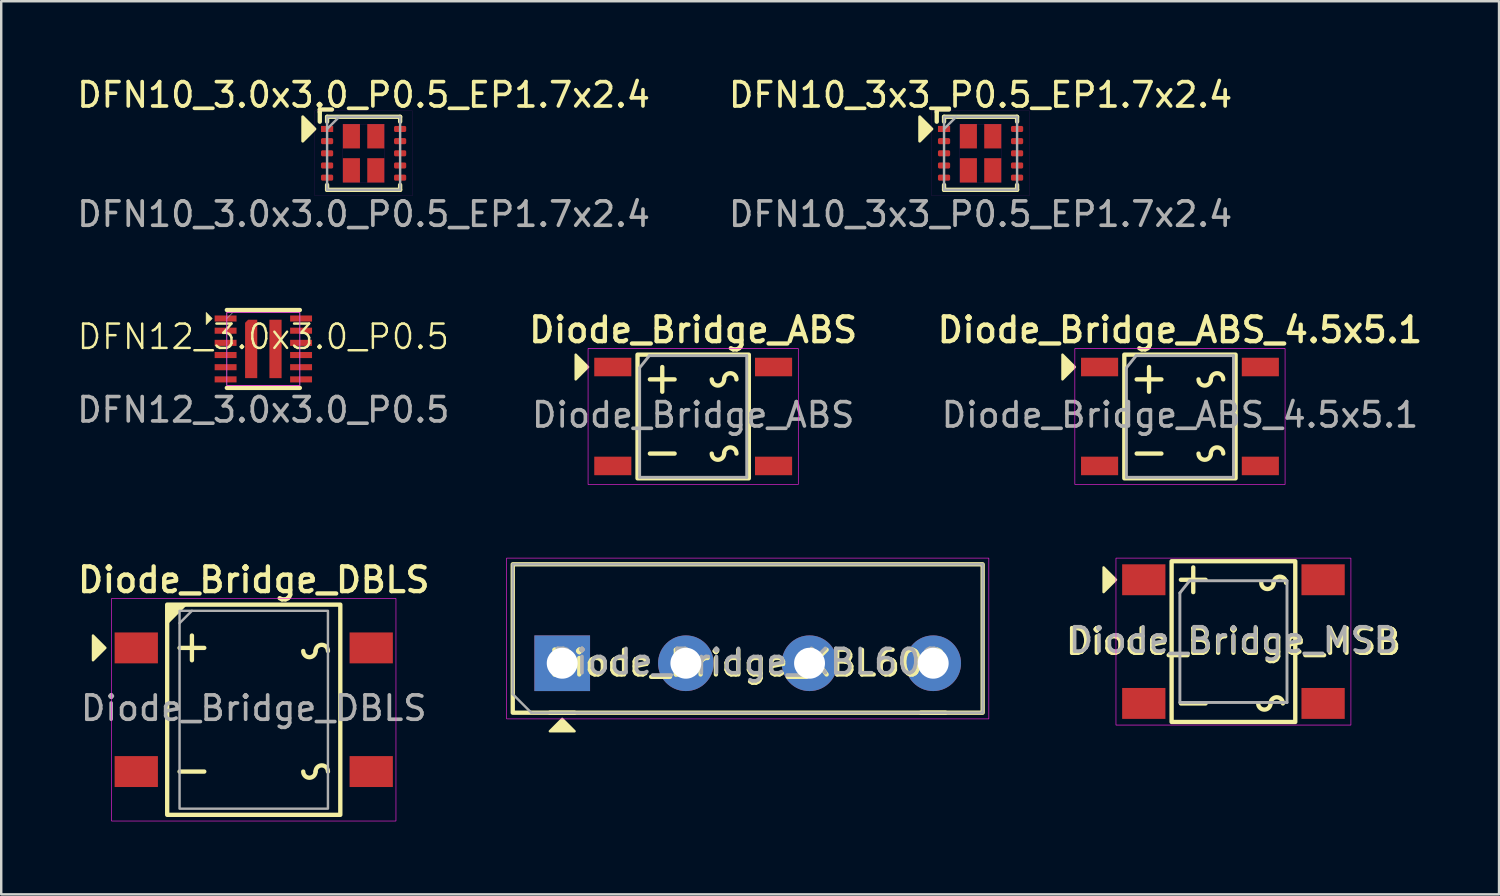
<source format=kicad_pcb>
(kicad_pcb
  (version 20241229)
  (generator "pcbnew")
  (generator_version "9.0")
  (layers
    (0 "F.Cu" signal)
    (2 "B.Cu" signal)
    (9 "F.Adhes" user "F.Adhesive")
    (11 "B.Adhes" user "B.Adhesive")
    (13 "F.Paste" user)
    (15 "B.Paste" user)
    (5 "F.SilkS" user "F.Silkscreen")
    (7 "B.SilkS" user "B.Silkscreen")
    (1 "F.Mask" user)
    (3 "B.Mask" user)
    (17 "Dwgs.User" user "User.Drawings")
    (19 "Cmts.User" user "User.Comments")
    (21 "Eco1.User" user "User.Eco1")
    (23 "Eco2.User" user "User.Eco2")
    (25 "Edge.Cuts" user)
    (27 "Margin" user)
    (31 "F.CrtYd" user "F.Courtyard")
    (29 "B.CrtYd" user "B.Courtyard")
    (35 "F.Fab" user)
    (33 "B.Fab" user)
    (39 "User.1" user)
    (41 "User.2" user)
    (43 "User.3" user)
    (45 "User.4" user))
  (footprint "DFN10_3.0x3.0_P0.5_EP1.7x2.4"
    (layer "F.Cu")
    (at 11.887 3.248)
    (property "Reference" "DFN10_3.0x3.0_P0.5_EP1.7x2.4" (at 0 -2.4 0) (unlocked yes) (layer "F.SilkS") (effects (font (size 1 1) (thickness 0.15))))
    (attr smd)
    (fp_line (start -1.8 -1.8) (end -1.3 -1.8) (stroke (width 0.178) (type solid)) (layer "F.SilkS"))
    (fp_line (start -1.8 -1.7) (end -1.8 -1.8) (stroke (width 0.178) (type solid)) (layer "F.SilkS"))
    (fp_line (start -1.8 -1.3) (end -1.8 -1.7) (stroke (width 0.178) (type solid)) (layer "F.SilkS"))
    (fp_line (start -1.5 -1.5) (end 1.5 -1.5) (stroke (width 0.178) (type solid)) (layer "F.SilkS"))
    (fp_line (start -1.5 -1.3) (end -1.5 -1.5) (stroke (width 0.178) (type solid)) (layer "F.SilkS"))
    (fp_line (start -1.5 1.3) (end -1.5 1.5) (stroke (width 0.178) (type solid)) (layer "F.SilkS"))
    (fp_line (start -1.5 1.5) (end 1.5 1.5) (stroke (width 0.178) (type solid)) (layer "F.SilkS"))
    (fp_line (start 1.5 -1.5) (end 1.5 -1.3) (stroke (width 0.178) (type solid)) (layer "F.SilkS"))
    (fp_line (start 1.5 1.5) (end 1.5 1.3) (stroke (width 0.178) (type solid)) (layer "F.SilkS"))
    (fp_poly (pts (xy -2 -1) (xy -2.5 -0.5) (xy -2.5 -1.5)) (stroke (width 0.12) (type solid)) (fill yes) (layer "F.SilkS"))
    (fp_rect (start -2 -1.75) (end 2 1.75) (stroke (width 0.003) (type solid)) (fill no) (layer "F.CrtYd"))
    (fp_rect (start -0.85 -1.2) (end 0.85 1.2) (stroke (width 0.003) (type solid)) (fill no) (layer "F.CrtYd"))
    (fp_line (start -1.5 -1) (end -1 -1.5) (stroke (width 0.1) (type solid)) (layer "F.Fab"))
    (fp_rect (start -1.5 -1.5) (end 1.5 1.5) (stroke (width 0.1) (type solid)) (fill no) (layer "F.Fab"))
    (fp_text user "${REFERENCE}" (at 0 2.5 0) (unlocked yes) (layer "F.Fab") (effects (font (size 1 1) (thickness 0.15))))
    (pad "1" smd rect (at -1.5 -1) (size 0.5 0.25) (layers "F.Cu" "F.Mask" "F.Paste"))
    (pad "2" smd roundrect (at -1.5 -0.5) (size 0.5 0.25) (layers "F.Cu" "F.Mask" "F.Paste") (roundrect_rratio 0.25))
    (pad "3" smd roundrect (at -1.5 0) (size 0.5 0.25) (layers "F.Cu" "F.Mask" "F.Paste") (roundrect_rratio 0.25))
    (pad "4" smd roundrect (at -1.5 0.5) (size 0.5 0.25) (layers "F.Cu" "F.Mask" "F.Paste") (roundrect_rratio 0.25))
    (pad "5" smd roundrect (at -1.5 1) (size 0.5 0.25) (layers "F.Cu" "F.Mask" "F.Paste") (roundrect_rratio 0.25))
    (pad "6" smd roundrect (at 1.5 1) (size 0.5 0.25) (layers "F.Cu" "F.Mask" "F.Paste") (roundrect_rratio 0.25))
    (pad "7" smd roundrect (at 1.5 0.5) (size 0.5 0.25) (layers "F.Cu" "F.Mask" "F.Paste") (roundrect_rratio 0.25))
    (pad "8" smd roundrect (at 1.5 0) (size 0.5 0.25) (layers "F.Cu" "F.Mask" "F.Paste") (roundrect_rratio 0.25))
    (pad "9" smd roundrect (at 1.5 -0.5) (size 0.5 0.25) (layers "F.Cu" "F.Mask" "F.Paste") (roundrect_rratio 0.25))
    (pad "10" smd roundrect (at 1.5 -1) (size 0.5 0.25) (layers "F.Cu" "F.Mask" "F.Paste") (roundrect_rratio 0.25))
    (pad "11" smd rect (at -0.5 -0.7) (size 0.7 1) (layers "F.Cu" "F.Mask" "F.Paste"))
    (pad "11" smd rect (at -0.5 0.7) (size 0.7 1) (layers "F.Cu" "F.Mask" "F.Paste"))
    (pad "11" smd rect (at 0.5 -0.7) (size 0.7 1) (layers "F.Cu" "F.Mask" "F.Paste"))
    (pad "11" smd rect (at 0.5 0.7) (size 0.7 1) (layers "F.Cu" "F.Mask" "F.Paste")))
  (footprint "Diode_Bridge_ABS"
    (layer "F.Cu")
    (at 25.426 14.059)
    (property "Reference" "Diode_Bridge_ABS" (at 0 -3.556 0) (layer "F.SilkS") (effects (font (size 1.016 1.016) (thickness 0.178))))
    (attr smd)
    (fp_line (start -1.778 -1.524) (end -0.762 -1.524) (stroke (width 0.178) (type solid)) (layer "F.SilkS"))
    (fp_line (start -1.778 1.524) (end -0.762 1.524) (stroke (width 0.178) (type solid)) (layer "F.SilkS"))
    (fp_line (start -1.27 -2.032) (end -1.27 -1.016) (stroke (width 0.178) (type solid)) (layer "F.SilkS"))
    (fp_rect (start -2.286 -2.54) (end 2.286 2.54) (stroke (width 0.178) (type solid)) (fill no) (layer "F.SilkS"))
    (fp_arc (start 1.27 -1.524) (mid 1.016 -1.27) (end 0.762 -1.524) (stroke (width 0.1778) (type solid)) (layer "F.SilkS"))
    (fp_arc (start 1.27 -1.524) (mid 1.524 -1.778) (end 1.778 -1.524) (stroke (width 0.1778) (type solid)) (layer "F.SilkS"))
    (fp_arc (start 1.27 1.524) (mid 1.016 1.778) (end 0.762 1.524) (stroke (width 0.1778) (type solid)) (layer "F.SilkS"))
    (fp_arc (start 1.27 1.524) (mid 1.524 1.27) (end 1.778 1.524) (stroke (width 0.1778) (type solid)) (layer "F.SilkS"))
    (fp_poly (pts (xy -4.318 -2.032) (xy -4.826 -1.524) (xy -4.826 -2.54)) (stroke (width 0.1) (type solid)) (fill yes) (layer "F.SilkS"))
    (fp_rect (start -4.318 -2.794) (end 4.318 2.794) (stroke (width 0.025) (type solid)) (fill no) (layer "F.CrtYd"))
    (fp_line (start -2.2 -2) (end -2.2 2.5) (stroke (width 0.12) (type solid)) (layer "F.Fab"))
    (fp_line (start -2.2 2.5) (end 2.2 2.5) (stroke (width 0.12) (type solid)) (layer "F.Fab"))
    (fp_line (start -1.8 -2.5) (end -2.2 -2) (stroke (width 0.12) (type solid)) (layer "F.Fab"))
    (fp_line (start 2.2 -2.5) (end -1.8 -2.5) (stroke (width 0.12) (type solid)) (layer "F.Fab"))
    (fp_line (start 2.2 2.5) (end 2.2 -2.5) (stroke (width 0.12) (type solid)) (layer "F.Fab"))
    (fp_text user "${REFERENCE}" (at 0 -0.065 0) (layer "F.Fab") (effects (font (size 1 1) (thickness 0.15))))
    (pad "1" smd rect (at -3.302 -2.032) (size 1.524 0.762) (layers "F.Cu" "F.Mask" "F.Paste"))
    (pad "2" smd rect (at -3.302 2.032) (size 1.524 0.762) (layers "F.Cu" "F.Mask" "F.Paste"))
    (pad "3" smd rect (at 3.302 2.032) (size 1.524 0.762) (layers "F.Cu" "F.Mask" "F.Paste"))
    (pad "4" smd rect (at 3.302 -2.032) (size 1.524 0.762) (layers "F.Cu" "F.Mask" "F.Paste")))
  (footprint "DFN12_3.0x3.0_P0.5"
    (layer "F.Cu")
    (at 7.768 11.285)
    (property "Reference" "DFN12_3.0x3.0_P0.5" (at 0 -0.5 0) (unlocked yes) (layer "F.SilkS") (effects (font (size 1 1) (thickness 0.1))))
    (attr smd)
    (fp_line (start -1.5 -1.6) (end 1.5 -1.6) (stroke (width 0.178) (type default)) (layer "F.SilkS"))
    (fp_line (start -1.5 1.6) (end 1.5 1.6) (stroke (width 0.178) (type default)) (layer "F.SilkS"))
    (fp_poly (pts (xy -2.1 -1.25) (xy -2.35 -1.5) (xy -2.35 -1)) (stroke (width 0.025) (type solid)) (fill yes) (layer "F.SilkS"))
    (fp_rect (start -1.5 -1.5) (end 1.5 1.5) (stroke (width 0.025) (type default)) (fill no) (layer "F.CrtYd"))
    (fp_line (start -1.5 -1.25) (end -1.25 -1.5) (stroke (width 0.025) (type default)) (layer "F.Fab"))
    (fp_rect (start -1.5 1.5) (end 1.5 -1.5) (stroke (width 0.025) (type default)) (fill no) (layer "F.Fab"))
    (fp_text user "${REFERENCE}" (at 0 2.5 0) (unlocked yes) (layer "F.Fab") (effects (font (size 1 1) (thickness 0.15))))
    (pad "1" smd rect (at -1.55 -1.25) (size 0.9 0.25) (layers "F.Cu" "F.Mask" "F.Paste"))
    (pad "1" smd roundrect (at -0.5 0) (size 0.5 2.4) (layers "F.Cu" "F.Mask" "F.Paste") (roundrect_rratio 0) (chamfer_ratio 0.25) (chamfer top_left))
    (pad "2" smd rect (at -1.55 -0.75) (size 0.9 0.25) (layers "F.Cu" "F.Mask" "F.Paste"))
    (pad "3" smd rect (at -1.55 -0.25) (size 0.9 0.25) (layers "F.Cu" "F.Mask" "F.Paste"))
    (pad "4" smd rect (at -1.55 0.25) (size 0.9 0.25) (layers "F.Cu" "F.Mask" "F.Paste"))
    (pad "5" smd rect (at -1.55 0.75) (size 0.9 0.25) (layers "F.Cu" "F.Mask" "F.Paste"))
    (pad "6" smd rect (at -1.55 1.25) (size 0.9 0.25) (layers "F.Cu" "F.Mask" "F.Paste"))
    (pad "7" smd rect (at 1.55 1.25) (size 0.9 0.25) (layers "F.Cu" "F.Mask" "F.Paste"))
    (pad "8" smd rect (at 1.55 0.75) (size 0.9 0.25) (layers "F.Cu" "F.Mask" "F.Paste"))
    (pad "9" smd rect (at 1.55 0.25) (size 0.9 0.25) (layers "F.Cu" "F.Mask" "F.Paste"))
    (pad "10" smd rect (at 1.55 -0.25) (size 0.9 0.25) (layers "F.Cu" "F.Mask" "F.Paste"))
    (pad "11" smd rect (at 1.55 -0.75) (size 0.9 0.25) (layers "F.Cu" "F.Mask" "F.Paste"))
    (pad "12" smd rect (at 0.5 0) (size 0.5 2.4) (layers "F.Cu" "F.Mask" "F.Paste"))
    (pad "12" smd rect (at 1.55 -1.25) (size 0.9 0.25) (layers "F.Cu" "F.Mask" "F.Paste")))
  (footprint "DFN10_3x3_P0.5_EP1.7x2.4"
    (layer "F.Cu")
    (at 37.232 3.248)
    (property "Reference" "DFN10_3x3_P0.5_EP1.7x2.4" (at 0 -2.4 0) (unlocked yes) (layer "F.SilkS") (effects (font (size 1 1) (thickness 0.15))))
    (attr smd)
    (fp_line (start -1.8 -1.8) (end -1.3 -1.8) (stroke (width 0.178) (type solid)) (layer "F.SilkS"))
    (fp_line (start -1.8 -1.7) (end -1.8 -1.8) (stroke (width 0.178) (type solid)) (layer "F.SilkS"))
    (fp_line (start -1.8 -1.3) (end -1.8 -1.7) (stroke (width 0.178) (type solid)) (layer "F.SilkS"))
    (fp_line (start -1.5 -1.5) (end 1.5 -1.5) (stroke (width 0.178) (type solid)) (layer "F.SilkS"))
    (fp_line (start -1.5 -1.3) (end -1.5 -1.5) (stroke (width 0.178) (type solid)) (layer "F.SilkS"))
    (fp_line (start -1.5 1.3) (end -1.5 1.5) (stroke (width 0.178) (type solid)) (layer "F.SilkS"))
    (fp_line (start -1.5 1.5) (end 1.5 1.5) (stroke (width 0.178) (type solid)) (layer "F.SilkS"))
    (fp_line (start 1.5 -1.5) (end 1.5 -1.3) (stroke (width 0.178) (type solid)) (layer "F.SilkS"))
    (fp_line (start 1.5 1.5) (end 1.5 1.3) (stroke (width 0.178) (type solid)) (layer "F.SilkS"))
    (fp_poly (pts (xy -2 -1) (xy -2.5 -0.5) (xy -2.5 -1.5)) (stroke (width 0.12) (type solid)) (fill yes) (layer "F.SilkS"))
    (fp_rect (start -2 -1.75) (end 2 1.75) (stroke (width 0.003) (type solid)) (fill no) (layer "F.CrtYd"))
    (fp_rect (start -0.85 -1.2) (end 0.85 1.2) (stroke (width 0.003) (type solid)) (fill no) (layer "F.CrtYd"))
    (fp_line (start -1.5 -1) (end -1 -1.5) (stroke (width 0.1) (type solid)) (layer "F.Fab"))
    (fp_rect (start -1.5 -1.5) (end 1.5 1.5) (stroke (width 0.1) (type solid)) (fill no) (layer "F.Fab"))
    (fp_text user "${REFERENCE}" (at 0 2.5 0) (unlocked yes) (layer "F.Fab") (effects (font (size 1 1) (thickness 0.15))))
    (pad "1" smd rect (at -1.5 -1) (size 0.5 0.25) (layers "F.Cu" "F.Mask" "F.Paste"))
    (pad "2" smd roundrect (at -1.5 -0.5) (size 0.5 0.25) (layers "F.Cu" "F.Mask" "F.Paste") (roundrect_rratio 0.25))
    (pad "3" smd roundrect (at -1.5 0) (size 0.5 0.25) (layers "F.Cu" "F.Mask" "F.Paste") (roundrect_rratio 0.25))
    (pad "4" smd roundrect (at -1.5 0.5) (size 0.5 0.25) (layers "F.Cu" "F.Mask" "F.Paste") (roundrect_rratio 0.25))
    (pad "5" smd roundrect (at -1.5 1) (size 0.5 0.25) (layers "F.Cu" "F.Mask" "F.Paste") (roundrect_rratio 0.25))
    (pad "6" smd roundrect (at 1.5 1) (size 0.5 0.25) (layers "F.Cu" "F.Mask" "F.Paste") (roundrect_rratio 0.25))
    (pad "7" smd roundrect (at 1.5 0.5) (size 0.5 0.25) (layers "F.Cu" "F.Mask" "F.Paste") (roundrect_rratio 0.25))
    (pad "8" smd roundrect (at 1.5 0) (size 0.5 0.25) (layers "F.Cu" "F.Mask" "F.Paste") (roundrect_rratio 0.25))
    (pad "9" smd roundrect (at 1.5 -0.5) (size 0.5 0.25) (layers "F.Cu" "F.Mask" "F.Paste") (roundrect_rratio 0.25))
    (pad "10" smd roundrect (at 1.5 -1) (size 0.5 0.25) (layers "F.Cu" "F.Mask" "F.Paste") (roundrect_rratio 0.25))
    (pad "11" smd rect (at -0.5 -0.7) (size 0.7 1) (layers "F.Cu" "F.Mask" "F.Paste"))
    (pad "11" smd rect (at -0.5 0.7) (size 0.7 1) (layers "F.Cu" "F.Mask" "F.Paste"))
    (pad "11" smd rect (at 0.5 -0.7) (size 0.7 1) (layers "F.Cu" "F.Mask" "F.Paste"))
    (pad "11" smd rect (at 0.5 0.7) (size 0.7 1) (layers "F.Cu" "F.Mask" "F.Paste")))
  (footprint "Diode_Bridge_ABS_4.5x5.1"
    (layer "F.Cu")
    (at 45.423 14.059)
    (property "Reference" "Diode_Bridge_ABS_4.5x5.1" (at 0 -3.556 0) (layer "F.SilkS") (effects (font (size 1.016 1.016) (thickness 0.178))))
    (attr smd)
    (fp_line (start -1.778 -1.524) (end -0.762 -1.524) (stroke (width 0.178) (type solid)) (layer "F.SilkS"))
    (fp_line (start -1.778 1.524) (end -0.762 1.524) (stroke (width 0.178) (type solid)) (layer "F.SilkS"))
    (fp_line (start -1.27 -2.032) (end -1.27 -1.016) (stroke (width 0.178) (type solid)) (layer "F.SilkS"))
    (fp_rect (start -2.286 -2.54) (end 2.286 2.54) (stroke (width 0.178) (type solid)) (fill no) (layer "F.SilkS"))
    (fp_arc (start 1.27 -1.524) (mid 1.016 -1.27) (end 0.762 -1.524) (stroke (width 0.1778) (type solid)) (layer "F.SilkS"))
    (fp_arc (start 1.27 -1.524) (mid 1.524 -1.778) (end 1.778 -1.524) (stroke (width 0.1778) (type solid)) (layer "F.SilkS"))
    (fp_arc (start 1.27 1.524) (mid 1.016 1.778) (end 0.762 1.524) (stroke (width 0.1778) (type solid)) (layer "F.SilkS"))
    (fp_arc (start 1.27 1.524) (mid 1.524 1.27) (end 1.778 1.524) (stroke (width 0.1778) (type solid)) (layer "F.SilkS"))
    (fp_poly (pts (xy -4.318 -2.032) (xy -4.826 -1.524) (xy -4.826 -2.54)) (stroke (width 0.1) (type solid)) (fill yes) (layer "F.SilkS"))
    (fp_rect (start -4.318 -2.794) (end 4.318 2.794) (stroke (width 0.025) (type solid)) (fill no) (layer "F.CrtYd"))
    (fp_line (start -2.2 -2) (end -2.2 2.5) (stroke (width 0.12) (type solid)) (layer "F.Fab"))
    (fp_line (start -2.2 2.5) (end 2.2 2.5) (stroke (width 0.12) (type solid)) (layer "F.Fab"))
    (fp_line (start -1.8 -2.5) (end -2.2 -2) (stroke (width 0.12) (type solid)) (layer "F.Fab"))
    (fp_line (start 2.2 -2.5) (end -1.8 -2.5) (stroke (width 0.12) (type solid)) (layer "F.Fab"))
    (fp_line (start 2.2 2.5) (end 2.2 -2.5) (stroke (width 0.12) (type solid)) (layer "F.Fab"))
    (fp_text user "${REFERENCE}" (at 0 -0.065 0) (layer "F.Fab") (effects (font (size 1 1) (thickness 0.15))))
    (pad "1" smd rect (at -3.302 -2.032) (size 1.524 0.762) (layers "F.Cu" "F.Mask" "F.Paste"))
    (pad "2" smd rect (at -3.302 2.032) (size 1.524 0.762) (layers "F.Cu" "F.Mask" "F.Paste"))
    (pad "3" smd rect (at 3.302 2.032) (size 1.524 0.762) (layers "F.Cu" "F.Mask" "F.Paste"))
    (pad "4" smd rect (at 3.302 -2.032) (size 1.524 0.762) (layers "F.Cu" "F.Mask" "F.Paste")))
  (footprint "Diode_Bridge_DBLS"
    (layer "F.Cu")
    (at 7.374 26.106)
    (property "Reference" "Diode_Bridge_DBLS" (at 0 -5.334 0) (layer "F.SilkS") (effects (font (size 1.016 1.016) (thickness 0.178))))
    (attr smd)
    (fp_line (start -3.048 -2.54) (end -2.032 -2.54) (stroke (width 0.178) (type solid)) (layer "F.SilkS"))
    (fp_line (start -3.048 2.54) (end -2.032 2.54) (stroke (width 0.178) (type solid)) (layer "F.SilkS"))
    (fp_line (start -2.54 -3.048) (end -2.54 -2.032) (stroke (width 0.178) (type solid)) (layer "F.SilkS"))
    (fp_rect (start -3.556 -4.318) (end 3.556 4.318) (stroke (width 0.178) (type solid)) (fill no) (layer "F.SilkS"))
    (fp_arc (start 2.54 -2.413) (mid 2.286 -2.159) (end 2.032 -2.413) (stroke (width 0.1778) (type solid)) (layer "F.SilkS"))
    (fp_arc (start 2.54 -2.413) (mid 2.794 -2.667) (end 3.048 -2.413) (stroke (width 0.1778) (type solid)) (layer "F.SilkS"))
    (fp_arc (start 2.54 2.54) (mid 2.286 2.794) (end 2.032 2.54) (stroke (width 0.1778) (type solid)) (layer "F.SilkS"))
    (fp_arc (start 2.54 2.54) (mid 2.794 2.286) (end 3.048 2.54) (stroke (width 0.1778) (type solid)) (layer "F.SilkS"))
    (fp_poly (pts (xy -6.096 -2.54) (xy -6.604 -2.032) (xy -6.604 -3.048)) (stroke (width 0.1) (type solid)) (fill yes) (layer "F.SilkS"))
    (fp_poly (pts (xy -3.556 -3.556) (xy -3.556 -4.318) (xy -2.794 -4.318)) (stroke (width 0.1) (type solid)) (fill yes) (layer "F.SilkS"))
    (fp_rect (start -5.842 -4.572) (end 5.842 4.572) (stroke (width 0.025) (type solid)) (fill no) (layer "F.CrtYd"))
    (fp_line (start -3.048 -3.556) (end -2.54 -4.064) (stroke (width 0.1) (type solid)) (layer "F.Fab"))
    (fp_rect (start -3.048 -4.064) (end 3.048 4.064) (stroke (width 0.1) (type solid)) (fill no) (layer "F.Fab"))
    (fp_text user "${REFERENCE}" (at 0 -0.065 0) (layer "F.Fab") (effects (font (size 1 1) (thickness 0.15))))
    (pad "1" smd rect (at -4.826 -2.54) (size 1.778 1.27) (layers "F.Cu" "F.Mask" "F.Paste"))
    (pad "2" smd rect (at -4.826 2.54) (size 1.778 1.27) (layers "F.Cu" "F.Mask" "F.Paste"))
    (pad "3" smd rect (at 4.826 2.54) (size 1.778 1.27) (layers "F.Cu" "F.Mask" "F.Paste"))
    (pad "4" smd rect (at 4.826 -2.54) (size 1.778 1.27) (layers "F.Cu" "F.Mask" "F.Paste")))
  (footprint "Diode_Bridge_MSB"
    (layer "F.Cu")
    (at 47.62 23.307)
    (property "Reference" "Diode_Bridge_MSB" (at 0 0 0) (layer "F.SilkS") (effects (font (size 1.016 1.016) (thickness 0.178))))
    (attr smd)
    (fp_line (start -2.159 -2.54) (end -1.143 -2.54) (stroke (width 0.178) (type solid)) (layer "F.SilkS"))
    (fp_line (start -2.159 2.54) (end -1.143 2.54) (stroke (width 0.178) (type solid)) (layer "F.SilkS"))
    (fp_line (start -1.651 -3.048) (end -1.651 -2.032) (stroke (width 0.178) (type solid)) (layer "F.SilkS"))
    (fp_rect (start -2.54 -3.302) (end 2.54 3.302) (stroke (width 0.178) (type solid)) (fill no) (layer "F.SilkS"))
    (fp_arc (start 1.524 2.54) (mid 1.27 2.794) (end 1.016 2.54) (stroke (width 0.1778) (type solid)) (layer "F.SilkS"))
    (fp_arc (start 1.524 2.54) (mid 1.778 2.286) (end 2.032 2.54) (stroke (width 0.1778) (type solid)) (layer "F.SilkS"))
    (fp_arc (start 1.651 -2.413) (mid 1.397 -2.159) (end 1.143 -2.413) (stroke (width 0.1778) (type solid)) (layer "F.SilkS"))
    (fp_arc (start 1.651 -2.413) (mid 1.905 -2.667) (end 2.159 -2.413) (stroke (width 0.1778) (type solid)) (layer "F.SilkS"))
    (fp_poly (pts (xy -4.826 -2.54) (xy -5.334 -2.032) (xy -5.334 -3.048)) (stroke (width 0.1) (type solid)) (fill yes) (layer "F.SilkS"))
    (fp_rect (start -4.826 -3.429) (end 4.826 3.429) (stroke (width 0.025) (type solid)) (fill no) (layer "F.CrtYd"))
    (fp_line (start -2.2 -2) (end -2.2 2.5) (stroke (width 0.12) (type solid)) (layer "F.Fab"))
    (fp_line (start -2.2 2.5) (end 2.2 2.5) (stroke (width 0.12) (type solid)) (layer "F.Fab"))
    (fp_line (start -1.8 -2.5) (end -2.2 -2) (stroke (width 0.12) (type solid)) (layer "F.Fab"))
    (fp_line (start 2.2 -2.5) (end -1.8 -2.5) (stroke (width 0.12) (type solid)) (layer "F.Fab"))
    (fp_line (start 2.2 2.5) (end 2.2 -2.5) (stroke (width 0.12) (type solid)) (layer "F.Fab"))
    (fp_text user "${REFERENCE}" (at 0 -0.065 0) (layer "F.Fab") (effects (font (size 1 1) (thickness 0.15))))
    (pad "1" smd rect (at -3.683 -2.54) (size 1.778 1.27) (layers "F.Cu" "F.Mask" "F.Paste"))
    (pad "2" smd rect (at -3.683 2.54) (size 1.778 1.27) (layers "F.Cu" "F.Mask" "F.Paste"))
    (pad "3" smd rect (at 3.683 2.54) (size 1.778 1.27) (layers "F.Cu" "F.Mask" "F.Paste"))
    (pad "4" smd rect (at 3.683 -2.54) (size 1.778 1.27) (layers "F.Cu" "F.Mask" "F.Paste")))
  (footprint "Diode_Bridge_KBL608"
    (layer "F.Cu")
    (at 27.666 24.196)
    (property "Reference" "Diode_Bridge_KBL608" (at 0 0 0) (layer "F.SilkS") (effects (font (size 1.016 1.016) (thickness 0.178))))
    (attr smd)
    (fp_line (start -8.128 2.032) (end -7.112 2.032) (stroke (width 0.178) (type solid)) (layer "F.SilkS"))
    (fp_line (start 7.112 2.032) (end 8.128 2.032) (stroke (width 0.178) (type solid)) (layer "F.SilkS"))
    (fp_rect (start -9.652 -4.064) (end 9.652 2.032) (stroke (width 0.178) (type solid)) (fill no) (layer "F.SilkS"))
    (fp_poly (pts (xy -7.62 2.286) (xy -7.112 2.794) (xy -8.128 2.794)) (stroke (width 0.1) (type solid)) (fill yes) (layer "F.SilkS"))
    (fp_rect (start -9.906 -4.318) (end 9.906 2.286) (stroke (width 0.025) (type solid)) (fill no) (layer "F.CrtYd"))
    (fp_line (start -9.652 -4.064) (end 9.652 -4.064) (stroke (width 0.1) (type solid)) (layer "F.Fab"))
    (fp_line (start -9.652 1.27) (end -9.652 -4.064) (stroke (width 0.1) (type solid)) (layer "F.Fab"))
    (fp_line (start -8.89 2.032) (end -9.652 1.27) (stroke (width 0.1) (type solid)) (layer "F.Fab"))
    (fp_line (start 9.652 -4.064) (end 9.652 2.032) (stroke (width 0.1) (type solid)) (layer "F.Fab"))
    (fp_line (start 9.652 2.032) (end -8.89 2.032) (stroke (width 0.1) (type solid)) (layer "F.Fab"))
    (fp_text user "${REFERENCE}" (at 0 -0.065 0) (layer "F.Fab") (effects (font (size 1 1) (thickness 0.15))))
    (pad "1" thru_hole rect (at -7.62 0) (size 2.286 2.286) (drill 1.27) (layers "*.Cu" "*.Mask"))
    (pad "2" thru_hole circle (at -2.54 0) (size 2.286 2.286) (drill 1.27) (layers "*.Cu" "*.Mask"))
    (pad "3" thru_hole circle (at 2.54 0) (size 2.286 2.286) (drill 1.27) (layers "*.Cu" "*.Mask"))
    (pad "4" thru_hole circle (at 7.62 0) (size 2.286 2.286) (drill 1.27) (layers "*.Cu" "*.Mask")))
  (gr_rect
    (start -3 -3)
    (end 58.531 33.691)
    (stroke (width 0.1) (type default))
    (fill no)
    (layer "Edge.Cuts")))
</source>
